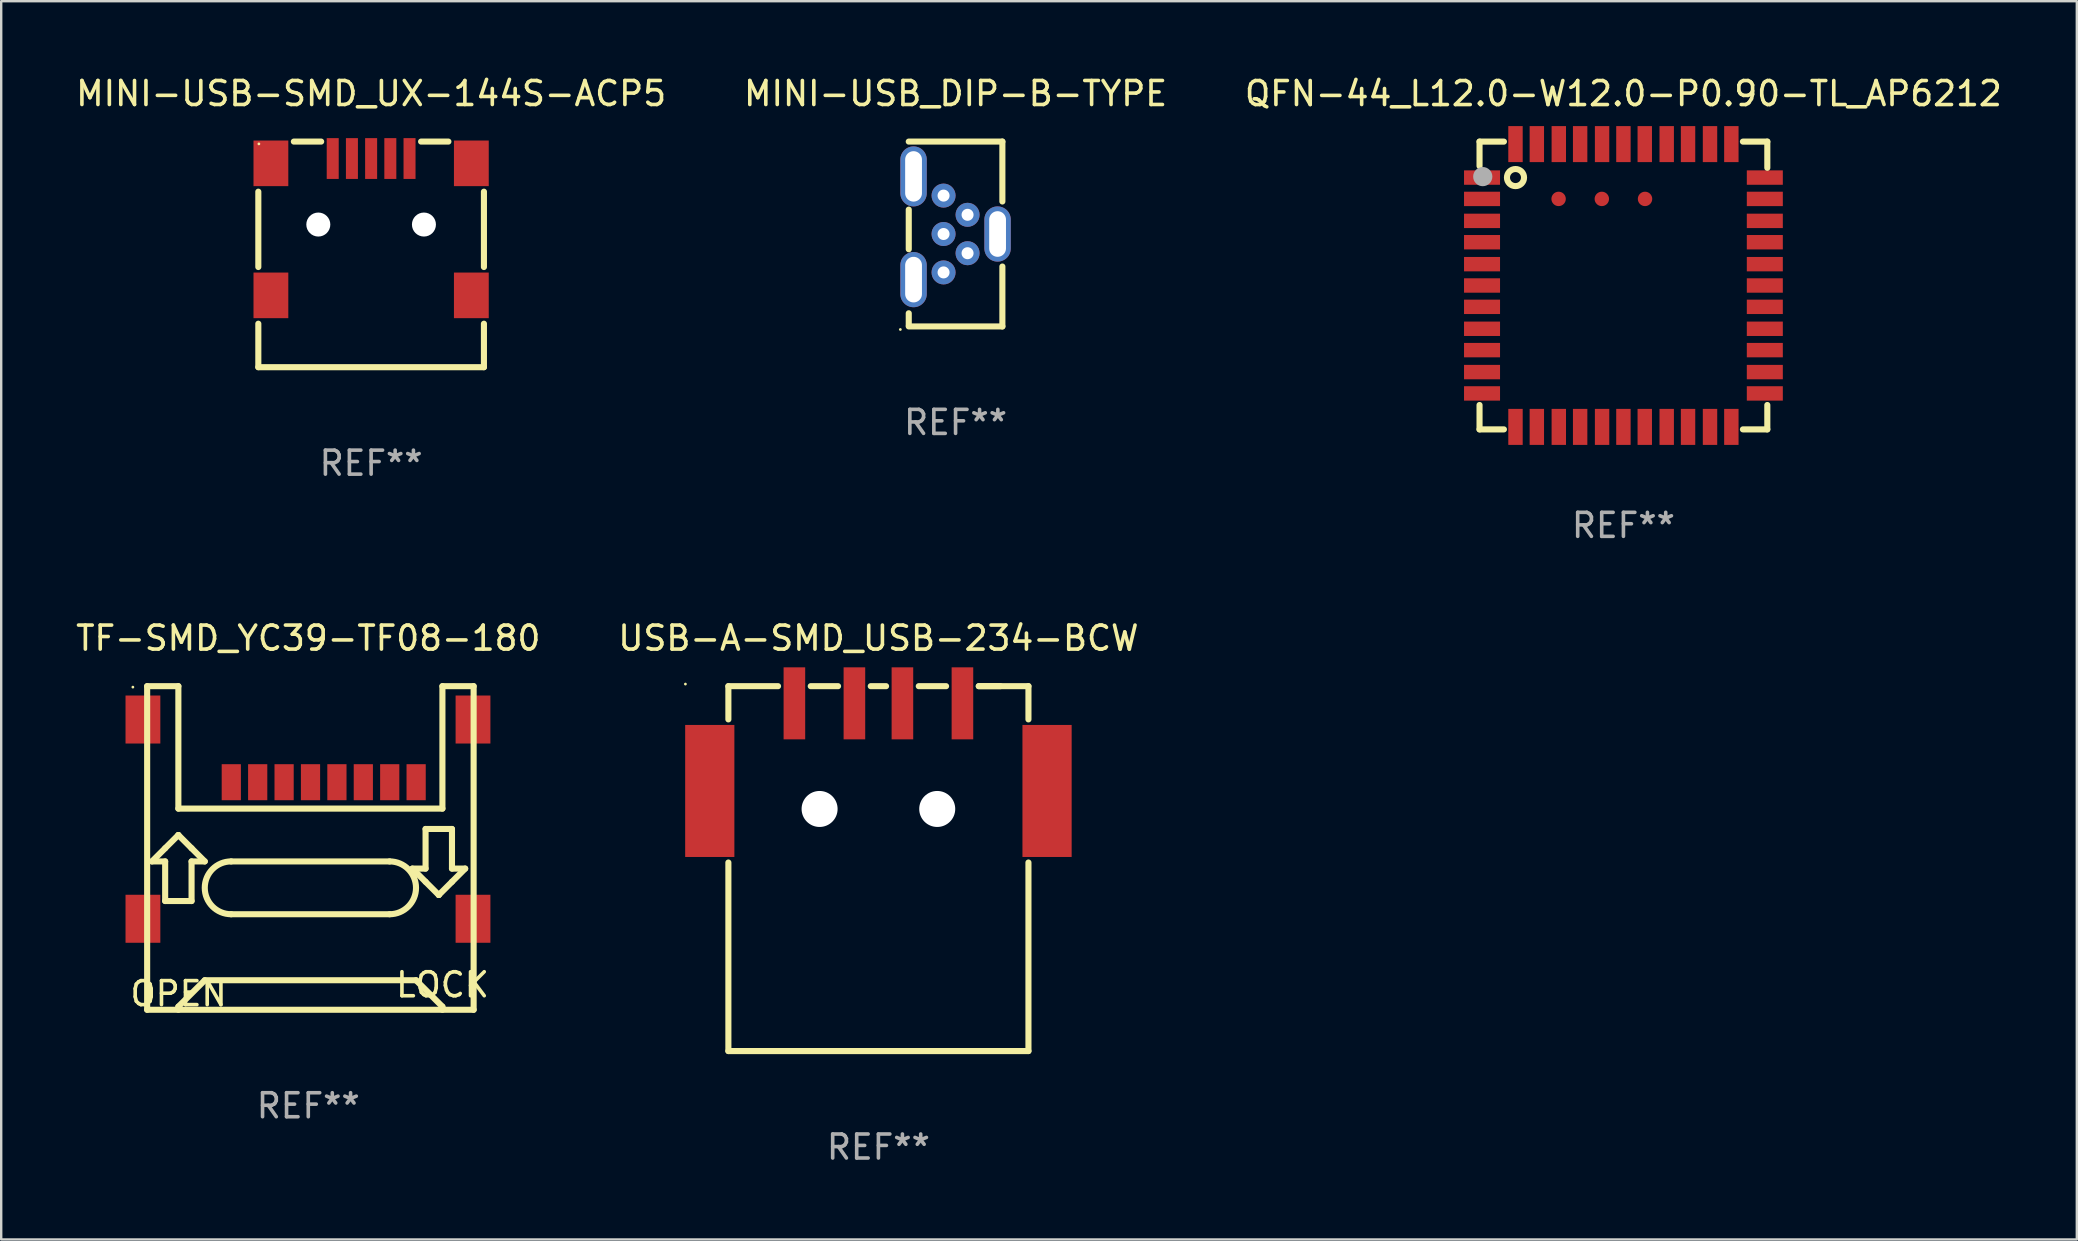
<source format=kicad_pcb>
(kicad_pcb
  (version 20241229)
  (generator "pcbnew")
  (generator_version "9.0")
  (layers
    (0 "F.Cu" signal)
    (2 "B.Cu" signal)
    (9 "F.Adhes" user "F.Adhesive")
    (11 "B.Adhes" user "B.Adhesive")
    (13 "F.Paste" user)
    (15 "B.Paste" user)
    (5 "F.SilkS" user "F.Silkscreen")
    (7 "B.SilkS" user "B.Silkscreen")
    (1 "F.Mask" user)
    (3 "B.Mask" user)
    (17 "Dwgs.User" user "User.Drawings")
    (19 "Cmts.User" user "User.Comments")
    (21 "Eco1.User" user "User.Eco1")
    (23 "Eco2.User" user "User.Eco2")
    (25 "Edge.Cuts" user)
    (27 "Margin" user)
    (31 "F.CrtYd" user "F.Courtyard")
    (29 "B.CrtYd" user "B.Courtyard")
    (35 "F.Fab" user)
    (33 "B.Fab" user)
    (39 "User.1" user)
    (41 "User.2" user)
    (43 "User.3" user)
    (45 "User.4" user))
  (footprint "MINI-USB_DIP-B-TYPE"
    (layer "F.Cu")
    (at 36.756 6.448)
    (property "Reference" "MINI-USB_DIP-B-TYPE" (at -0.000013 -5.6 0) (layer "F.SilkS") (effects (font (size 1 1) (thickness 0.15))))
    (attr through_hole)
    (fp_line (start -1.95 -3.6) (end 1.95 -3.6) (stroke (width 0.254) (type solid)) (layer "F.SilkS"))
    (fp_line (start -1.95 -0.766) (end -1.95 0.885) (stroke (width 0.254) (type solid)) (layer "F.SilkS"))
    (fp_line (start -1.95 4.06) (end -1.95 3.552) (stroke (width 0.254) (type solid)) (layer "F.SilkS"))
    (fp_line (start -1.95 4.1) (end 1.95 4.1) (stroke (width 0.254) (type solid)) (layer "F.SilkS"))
    (fp_line (start 1.95 -3.6) (end 1.95 -1.105) (stroke (width 0.254) (type solid)) (layer "F.SilkS"))
    (fp_line (start 1.95 1.605) (end 1.95 4.1) (stroke (width 0.254) (type solid)) (layer "F.SilkS"))
    (fp_circle (center -2.3 4.227) (end -2.27 4.227) (stroke (width 0.06) (type solid)) (fill no) (layer "F.SilkS"))
    (fp_text user "REF**" (at -0.000013 8.1 0) (layer "F.Fab") (effects (font (size 1 1) (thickness 0.15))))
    (pad "1" thru_hole circle (at -0.5 1.85) (size 1 1) (drill 0.5) (layers "*.Cu" "*.Mask"))
    (pad "2" thru_hole circle (at 0.5 1.05) (size 1 1) (drill 0.5) (layers "*.Cu" "*.Mask"))
    (pad "3" thru_hole circle (at -0.5 0.25) (size 1 1) (drill 0.5) (layers "*.Cu" "*.Mask"))
    (pad "4" thru_hole circle (at 0.5 -0.55) (size 1 1) (drill 0.5) (layers "*.Cu" "*.Mask"))
    (pad "5" thru_hole circle (at -0.5 -1.35) (size 1 1) (drill 0.5) (layers "*.Cu" "*.Mask"))
    (pad "6" thru_hole oval (at -1.75 2.15) (size 1.1 2.3) (drill oval 0.7 1.9) (layers "*.Cu" "*.Mask"))
    (pad "7" thru_hole oval (at -1.75 -2.15) (size 1.1 2.5) (drill oval 0.7 2.1) (layers "*.Cu" "*.Mask"))
    (pad "8" thru_hole oval (at 1.75 0.25) (size 1.1 2.3) (drill oval 0.7 1.9) (layers "*.Cu" "*.Mask")))
  (footprint "TF-SMD_YC39-TF08-180"
    (layer "F.Cu")
    (at 9.779 31.073)
    (property "Reference" "TF-SMD_YC39-TF08-180" (at 0.013 -7.539 0) (layer "F.SilkS") (effects (font (size 1 1) (thickness 0.15))))
    (attr through_hole)
    (fp_line (start -6.699 -5.539) (end -5.399 -5.539) (stroke (width 0.254) (type solid)) (layer "F.SilkS"))
    (fp_line (start -6.699 7.941) (end -6.699 -5.539) (stroke (width 0.254) (type solid)) (layer "F.SilkS"))
    (fp_line (start -6.499 1.761) (end -5.949 1.211) (stroke (width 0.254) (type solid)) (layer "F.SilkS"))
    (fp_line (start -5.949 1.211) (end -5.399 0.661) (stroke (width 0.254) (type solid)) (layer "F.SilkS"))
    (fp_line (start -5.949 1.761) (end -6.499 1.761) (stroke (width 0.254) (type solid)) (layer "F.SilkS"))
    (fp_line (start -5.949 3.411) (end -5.949 1.761) (stroke (width 0.254) (type solid)) (layer "F.SilkS"))
    (fp_line (start -5.399 -5.539) (end -5.399 -0.439) (stroke (width 0.254) (type solid)) (layer "F.SilkS"))
    (fp_line (start -5.399 -0.439) (end 5.601 -0.439) (stroke (width 0.254) (type solid)) (layer "F.SilkS"))
    (fp_line (start -5.399 0.661) (end -5.399 0.661) (stroke (width 0.254) (type solid)) (layer "F.SilkS"))
    (fp_line (start -5.399 0.661) (end -4.849 1.211) (stroke (width 0.254) (type solid)) (layer "F.SilkS"))
    (fp_line (start -5.399 7.811) (end -4.299 6.711) (stroke (width 0.254) (type solid)) (layer "F.SilkS"))
    (fp_line (start -5.399 7.941) (end -5.399 7.811) (stroke (width 0.254) (type solid)) (layer "F.SilkS"))
    (fp_line (start -4.849 1.211) (end -4.299 1.761) (stroke (width 0.254) (type solid)) (layer "F.SilkS"))
    (fp_line (start -4.849 1.761) (end -4.849 3.411) (stroke (width 0.254) (type solid)) (layer "F.SilkS"))
    (fp_line (start -4.849 3.411) (end -5.949 3.411) (stroke (width 0.254) (type solid)) (layer "F.SilkS"))
    (fp_line (start -4.299 1.761) (end -4.849 1.761) (stroke (width 0.254) (type solid)) (layer "F.SilkS"))
    (fp_line (start -4.299 6.711) (end 4.501 6.711) (stroke (width 0.254) (type solid)) (layer "F.SilkS"))
    (fp_line (start -3.199 1.761) (end 3.401 1.761) (stroke (width 0.254) (type solid)) (layer "F.SilkS"))
    (fp_line (start -3.199 3.961) (end 3.401 3.961) (stroke (width 0.254) (type solid)) (layer "F.SilkS"))
    (fp_line (start 4.349 2.06) (end 4.899 2.06) (stroke (width 0.254) (type solid)) (layer "F.SilkS"))
    (fp_line (start 4.501 6.711) (end 5.601 7.811) (stroke (width 0.254) (type solid)) (layer "F.SilkS"))
    (fp_line (start 4.899 0.41) (end 5.999 0.41) (stroke (width 0.254) (type solid)) (layer "F.SilkS"))
    (fp_line (start 4.899 2.06) (end 4.899 0.41) (stroke (width 0.254) (type solid)) (layer "F.SilkS"))
    (fp_line (start 4.899 2.61) (end 4.349 2.06) (stroke (width 0.254) (type solid)) (layer "F.SilkS"))
    (fp_line (start 5.449 3.16) (end 4.899 2.61) (stroke (width 0.254) (type solid)) (layer "F.SilkS"))
    (fp_line (start 5.449 3.16) (end 5.449 3.16) (stroke (width 0.254) (type solid)) (layer "F.SilkS"))
    (fp_line (start 5.601 -0.439) (end 5.601 -5.539) (stroke (width 0.254) (type solid)) (layer "F.SilkS"))
    (fp_line (start 5.601 7.811) (end 5.601 7.941) (stroke (width 0.254) (type solid)) (layer "F.SilkS"))
    (fp_line (start 5.999 0.41) (end 5.999 2.06) (stroke (width 0.254) (type solid)) (layer "F.SilkS"))
    (fp_line (start 5.999 2.06) (end 6.549 2.06) (stroke (width 0.254) (type solid)) (layer "F.SilkS"))
    (fp_line (start 5.999 2.61) (end 5.449 3.16) (stroke (width 0.254) (type solid)) (layer "F.SilkS"))
    (fp_line (start 6.549 2.06) (end 5.999 2.61) (stroke (width 0.254) (type solid)) (layer "F.SilkS"))
    (fp_line (start 6.901 -5.539) (end 5.601 -5.539) (stroke (width 0.254) (type solid)) (layer "F.SilkS"))
    (fp_line (start 6.901 -5.539) (end 6.901 7.941) (stroke (width 0.254) (type solid)) (layer "F.SilkS"))
    (fp_line (start 6.901 7.941) (end -6.699 7.941) (stroke (width 0.254) (type solid)) (layer "F.SilkS"))
    (fp_arc (start -3.198984 3.96096) (mid -4.293774 2.860897) (end -3.198984 1.760834) (stroke (width 0.254001) (type solid)) (layer "F.SilkS"))
    (fp_arc (start 3.400965 1.760808) (mid 4.501041 2.860884) (end 3.400965 3.96096) (stroke (width 0.254001) (type solid)) (layer "F.SilkS"))
    (fp_circle (center -7.294 -5.5) (end -7.264 -5.5) (stroke (width 0.06) (type solid)) (fill no) (layer "F.SilkS"))
    (fp_text user "OPEN" (at -5.388 7.272 0) (layer "F.SilkS") (effects (font (size 1 1) (thickness 0.15))))
    (fp_text user "LOCK" (at 5.605 6.901 0) (layer "F.SilkS") (effects (font (size 1 1) (thickness 0.15))))
    (fp_text user "REF**" (at 0.013 11.941 0) (layer "F.Fab") (effects (font (size 1 1) (thickness 0.15))))
    (pad "1" smd rect (at -3.194 -1.539) (size 0.8 1.5) (layers "F.Cu" "F.Mask" "F.Paste"))
    (pad "2" smd rect (at -2.094 -1.539) (size 0.8 1.5) (layers "F.Cu" "F.Mask" "F.Paste"))
    (pad "3" smd rect (at -0.994 -1.539) (size 0.8 1.5) (layers "F.Cu" "F.Mask" "F.Paste"))
    (pad "4" smd rect (at 0.106 -1.539) (size 0.8 1.5) (layers "F.Cu" "F.Mask" "F.Paste"))
    (pad "5" smd rect (at 1.206 -1.539) (size 0.8 1.5) (layers "F.Cu" "F.Mask" "F.Paste"))
    (pad "6" smd rect (at 2.306 -1.539) (size 0.8 1.5) (layers "F.Cu" "F.Mask" "F.Paste"))
    (pad "7" smd rect (at 3.406 -1.539) (size 0.8 1.5) (layers "F.Cu" "F.Mask" "F.Paste"))
    (pad "8" smd rect (at 4.506 -1.539) (size 0.8 1.5) (layers "F.Cu" "F.Mask" "F.Paste"))
    (pad "9" smd rect (at 6.875 -4.15 270) (size 2 1.45) (layers "F.Cu" "F.Mask" "F.Paste"))
    (pad "10" smd rect (at -6.875 -4.15 270) (size 2 1.45) (layers "F.Cu" "F.Mask" "F.Paste"))
    (pad "11" smd rect (at -6.875 4.15 270) (size 2 1.45) (layers "F.Cu" "F.Mask" "F.Paste"))
    (pad "12" smd rect (at 6.875 4.15 270) (size 2 1.45) (layers "F.Cu" "F.Mask" "F.Paste")))
  (footprint "MINI-USB-SMD_UX-144S-ACP5"
    (layer "F.Cu")
    (at 12.41 6.404)
    (property "Reference" "MINI-USB-SMD_UX-144S-ACP5" (at 0.000254 -5.556 0) (layer "F.SilkS") (effects (font (size 1 1) (thickness 0.15))))
    (attr through_hole)
    (fp_line (start -4.699 1.669) (end -4.699 -1.469) (stroke (width 0.254) (type solid)) (layer "F.SilkS"))
    (fp_line (start -4.699 5.842) (end -4.699 4.031) (stroke (width 0.254) (type solid)) (layer "F.SilkS"))
    (fp_line (start -4.699 5.842) (end 4.699 5.842) (stroke (width 0.254) (type solid)) (layer "F.SilkS"))
    (fp_line (start -2.081 -3.556) (end -3.219 -3.556) (stroke (width 0.254) (type solid)) (layer "F.SilkS"))
    (fp_line (start 3.219 -3.556) (end 2.081 -3.556) (stroke (width 0.254) (type solid)) (layer "F.SilkS"))
    (fp_line (start 4.699 1.669) (end 4.699 -1.469) (stroke (width 0.254) (type solid)) (layer "F.SilkS"))
    (fp_line (start 4.699 5.842) (end 4.699 4.031) (stroke (width 0.254) (type solid)) (layer "F.SilkS"))
    (fp_circle (center -4.675 -3.46) (end -4.645 -3.46) (stroke (width 0.06) (type solid)) (fill no) (layer "F.SilkS"))
    (fp_text user "REF**" (at 0.000254 9.842 0) (layer "F.Fab") (effects (font (size 1 1) (thickness 0.15))))
    (pad "" np_thru_hole circle (at -2.2 -0.1) (size 1 1) (drill 1) (layers "*.Cu" "*.Mask"))
    (pad "" np_thru_hole circle (at 2.2 -0.1) (size 1 1) (drill 1) (layers "*.Cu" "*.Mask"))
    (pad "1" smd rect (at -1.6 -2.85) (size 0.5 1.7) (layers "F.Cu" "F.Mask" "F.Paste"))
    (pad "2" smd rect (at -0.8 -2.85) (size 0.5 1.7) (layers "F.Cu" "F.Mask" "F.Paste"))
    (pad "3" smd rect (at 0 -2.85) (size 0.5 1.7) (layers "F.Cu" "F.Mask" "F.Paste"))
    (pad "4" smd rect (at 0.8 -2.85) (size 0.5 1.7) (layers "F.Cu" "F.Mask" "F.Paste"))
    (pad "5" smd rect (at 1.6 -2.85) (size 0.5 1.7) (layers "F.Cu" "F.Mask" "F.Paste"))
    (pad "6" smd rect (at -4.175 -2.65) (size 1.45 1.9) (layers "F.Cu" "F.Mask" "F.Paste"))
    (pad "7" smd rect (at -4.175 2.85) (size 1.45 1.9) (layers "F.Cu" "F.Mask" "F.Paste"))
    (pad "8" smd rect (at 4.175 2.85) (size 1.45 1.9) (layers "F.Cu" "F.Mask" "F.Paste"))
    (pad "9" smd rect (at 4.175 -2.65) (size 1.45 1.9) (layers "F.Cu" "F.Mask" "F.Paste")))
  (footprint "USB-A-SMD_USB-234-BCW"
    (layer "F.Cu")
    (at 33.542 28.074)
    (property "Reference" "USB-A-SMD_USB-234-BCW" (at 0 -4.54 0) (layer "F.SilkS") (effects (font (size 1 1) (thickness 0.15))))
    (attr smd)
    (fp_line (start -6.25 -2.54) (end -4.181 -2.54) (stroke (width 0.254) (type solid)) (layer "F.SilkS"))
    (fp_line (start -6.25 -1.156) (end -6.25 -2.54) (stroke (width 0.254) (type solid)) (layer "F.SilkS"))
    (fp_line (start -6.25 12.66) (end -6.25 4.806) (stroke (width 0.254) (type solid)) (layer "F.SilkS"))
    (fp_line (start -2.819 -2.54) (end -1.681 -2.54) (stroke (width 0.254) (type solid)) (layer "F.SilkS"))
    (fp_line (start -0.319 -2.54) (end 0.319 -2.54) (stroke (width 0.254) (type solid)) (layer "F.SilkS"))
    (fp_line (start 1.681 -2.54) (end 2.819 -2.54) (stroke (width 0.254) (type solid)) (layer "F.SilkS"))
    (fp_line (start 4.181 -2.54) (end 5.08 -2.54) (stroke (width 0.254) (type solid)) (layer "F.SilkS"))
    (fp_line (start 6.25 -2.54) (end 4.181 -2.54) (stroke (width 0.254) (type solid)) (layer "F.SilkS"))
    (fp_line (start 6.25 -1.156) (end 6.25 -2.54) (stroke (width 0.254) (type solid)) (layer "F.SilkS"))
    (fp_line (start 6.25 12.66) (end -6.25 12.66) (stroke (width 0.254) (type solid)) (layer "F.SilkS"))
    (fp_line (start 6.25 12.66) (end 6.25 4.806) (stroke (width 0.254) (type solid)) (layer "F.SilkS"))
    (fp_circle (center -8.04 -2.628) (end -8.01 -2.628) (stroke (width 0.06) (type solid)) (fill no) (layer "F.SilkS"))
    (fp_circle (center -2.45 2.575) (end -2.15 2.575) (stroke (width 0.6) (type solid)) (fill no) (layer "F.Fab"))
    (fp_circle (center 2.45 2.575) (end 2.75 2.575) (stroke (width 0.6) (type solid)) (fill no) (layer "F.Fab"))
    (fp_text user "REF**" (at 0 16.66 0) (layer "F.Fab") (effects (font (size 1 1) (thickness 0.15))))
    (pad "" np_thru_hole circle (at -2.45 2.575) (size 1.5 1.5) (drill 1.5) (layers "*.Cu" "*.Mask"))
    (pad "" np_thru_hole circle (at 2.45 2.575) (size 1.5 1.5) (drill 1.5) (layers "*.Cu" "*.Mask"))
    (pad "1" smd rect (at -3.5 -1.825) (size 0.9 3) (layers "F.Cu" "F.Mask" "F.Paste"))
    (pad "2" smd rect (at -1 -1.825) (size 0.9 3) (layers "F.Cu" "F.Mask" "F.Paste"))
    (pad "3" smd rect (at 1 -1.825) (size 0.9 3) (layers "F.Cu" "F.Mask" "F.Paste"))
    (pad "4" smd rect (at 3.5 -1.825) (size 0.9 3) (layers "F.Cu" "F.Mask" "F.Paste"))
    (pad "5" smd rect (at -7.025 1.825) (size 2.05 5.5) (layers "F.Cu" "F.Mask" "F.Paste"))
    (pad "6" smd rect (at 7.025 1.825) (size 2.05 5.5) (layers "F.Cu" "F.Mask" "F.Paste")))
  (footprint "QFN-44_L12.0-W12.0-P0.90-TL_AP6212"
    (layer "F.Cu")
    (at 64.577 8.843)
    (property "Reference" "QFN-44_L12.0-W12.0-P0.90-TL_AP6212" (at 0 -7.994 0) (layer "F.SilkS") (effects (font (size 1 1) (thickness 0.15))))
    (attr smd)
    (fp_line (start -5.994 -5.994) (end -4.978 -5.994) (stroke (width 0.254) (type solid)) (layer "F.SilkS"))
    (fp_line (start -5.994 -4.978) (end -5.994 -5.994) (stroke (width 0.254) (type solid)) (layer "F.SilkS"))
    (fp_line (start -5.994 5.994) (end -5.994 4.978) (stroke (width 0.254) (type solid)) (layer "F.SilkS"))
    (fp_line (start -4.978 5.994) (end -5.994 5.994) (stroke (width 0.254) (type solid)) (layer "F.SilkS"))
    (fp_line (start 4.978 -5.994) (end 5.994 -5.994) (stroke (width 0.254) (type solid)) (layer "F.SilkS"))
    (fp_line (start 5.994 -5.994) (end 5.994 -4.902) (stroke (width 0.254) (type solid)) (layer "F.SilkS"))
    (fp_line (start 5.994 4.978) (end 5.994 5.994) (stroke (width 0.254) (type solid)) (layer "F.SilkS"))
    (fp_line (start 5.994 5.994) (end 4.978 5.994) (stroke (width 0.254) (type solid)) (layer "F.SilkS"))
    (fp_circle (center -6 -6) (end -5.97 -6) (stroke (width 0.06) (type solid)) (fill no) (layer "F.SilkS"))
    (fp_circle (center -4.496 -4.496) (end -4.14 -4.496) (stroke (width 0.254) (type solid)) (fill no) (layer "F.SilkS"))
    (fp_circle (center -5.86 -4.536) (end -5.66 -4.536) (stroke (width 0.4) (type solid)) (fill no) (layer "F.Fab"))
    (fp_text user "REF**" (at 0 9.994 0) (layer "F.Fab") (effects (font (size 1 1) (thickness 0.15))))
    (pad "1" smd rect (at -5.89 -4.496) (size 1.5 0.6) (layers "F.Cu" "F.Mask" "F.Paste"))
    (pad "2" smd rect (at -5.89 -3.607) (size 1.5 0.6) (layers "F.Cu" "F.Mask" "F.Paste"))
    (pad "3" smd rect (at -5.89 -2.692) (size 1.5 0.6) (layers "F.Cu" "F.Mask" "F.Paste"))
    (pad "4" smd rect (at -5.89 -1.803) (size 1.5 0.6) (layers "F.Cu" "F.Mask" "F.Paste"))
    (pad "5" smd rect (at -5.89 -0.889) (size 1.5 0.6) (layers "F.Cu" "F.Mask" "F.Paste"))
    (pad "6" smd rect (at -5.89 0) (size 1.5 0.6) (layers "F.Cu" "F.Mask" "F.Paste"))
    (pad "7" smd rect (at -5.89 0.889) (size 1.5 0.6) (layers "F.Cu" "F.Mask" "F.Paste"))
    (pad "8" smd rect (at -5.89 1.803) (size 1.5 0.6) (layers "F.Cu" "F.Mask" "F.Paste"))
    (pad "9" smd rect (at -5.89 2.692) (size 1.5 0.6) (layers "F.Cu" "F.Mask" "F.Paste"))
    (pad "10" smd rect (at -5.89 3.607) (size 1.5 0.6) (layers "F.Cu" "F.Mask" "F.Paste"))
    (pad "11" smd rect (at -5.89 4.496) (size 1.5 0.6) (layers "F.Cu" "F.Mask" "F.Paste"))
    (pad "12" smd rect (at -4.496 5.89 90) (size 1.5 0.6) (layers "F.Cu" "F.Mask" "F.Paste"))
    (pad "13" smd rect (at -3.607 5.89 90) (size 1.5 0.6) (layers "F.Cu" "F.Mask" "F.Paste"))
    (pad "14" smd rect (at -2.692 5.89 90) (size 1.5 0.6) (layers "F.Cu" "F.Mask" "F.Paste"))
    (pad "15" smd rect (at -1.803 5.89 90) (size 1.5 0.6) (layers "F.Cu" "F.Mask" "F.Paste"))
    (pad "16" smd rect (at -0.889 5.89 90) (size 1.5 0.6) (layers "F.Cu" "F.Mask" "F.Paste"))
    (pad "17" smd rect (at 0 5.89 90) (size 1.5 0.6) (layers "F.Cu" "F.Mask" "F.Paste"))
    (pad "18" smd rect (at 0.889 5.89 90) (size 1.5 0.6) (layers "F.Cu" "F.Mask" "F.Paste"))
    (pad "19" smd rect (at 1.803 5.89 90) (size 1.5 0.6) (layers "F.Cu" "F.Mask" "F.Paste"))
    (pad "20" smd rect (at 2.692 5.89 90) (size 1.5 0.6) (layers "F.Cu" "F.Mask" "F.Paste"))
    (pad "21" smd rect (at 3.607 5.89 90) (size 1.5 0.6) (layers "F.Cu" "F.Mask" "F.Paste"))
    (pad "22" smd rect (at 4.496 5.89 90) (size 1.5 0.6) (layers "F.Cu" "F.Mask" "F.Paste"))
    (pad "23" smd rect (at 5.89 4.496 180) (size 1.5 0.6) (layers "F.Cu" "F.Mask" "F.Paste"))
    (pad "24" smd rect (at 5.89 3.607 180) (size 1.5 0.6) (layers "F.Cu" "F.Mask" "F.Paste"))
    (pad "25" smd rect (at 5.89 2.692 180) (size 1.5 0.6) (layers "F.Cu" "F.Mask" "F.Paste"))
    (pad "26" smd rect (at 5.89 1.803 180) (size 1.5 0.6) (layers "F.Cu" "F.Mask" "F.Paste"))
    (pad "27" smd rect (at 5.89 0.889 180) (size 1.5 0.6) (layers "F.Cu" "F.Mask" "F.Paste"))
    (pad "28" smd rect (at 5.89 0 180) (size 1.5 0.6) (layers "F.Cu" "F.Mask" "F.Paste"))
    (pad "29" smd rect (at 5.89 -0.889 180) (size 1.5 0.6) (layers "F.Cu" "F.Mask" "F.Paste"))
    (pad "30" smd rect (at 5.89 -1.803 180) (size 1.5 0.6) (layers "F.Cu" "F.Mask" "F.Paste"))
    (pad "31" smd rect (at 5.89 -2.692 180) (size 1.5 0.6) (layers "F.Cu" "F.Mask" "F.Paste"))
    (pad "32" smd rect (at 5.89 -3.607 180) (size 1.5 0.6) (layers "F.Cu" "F.Mask" "F.Paste"))
    (pad "33" smd rect (at 5.89 -4.496 180) (size 1.5 0.6) (layers "F.Cu" "F.Mask" "F.Paste"))
    (pad "34" smd rect (at 4.496 -5.89 270) (size 1.5 0.6) (layers "F.Cu" "F.Mask" "F.Paste"))
    (pad "35" smd rect (at 3.607 -5.89 270) (size 1.5 0.6) (layers "F.Cu" "F.Mask" "F.Paste"))
    (pad "36" smd rect (at 2.692 -5.89 270) (size 1.5 0.6) (layers "F.Cu" "F.Mask" "F.Paste"))
    (pad "37" smd rect (at 1.803 -5.89 270) (size 1.5 0.6) (layers "F.Cu" "F.Mask" "F.Paste"))
    (pad "38" smd rect (at 0.889 -5.89 270) (size 1.5 0.6) (layers "F.Cu" "F.Mask" "F.Paste"))
    (pad "39" smd rect (at 0 -5.89 270) (size 1.5 0.6) (layers "F.Cu" "F.Mask" "F.Paste"))
    (pad "40" smd rect (at -0.889 -5.89 270) (size 1.5 0.6) (layers "F.Cu" "F.Mask" "F.Paste"))
    (pad "41" smd rect (at -1.803 -5.89 270) (size 1.5 0.6) (layers "F.Cu" "F.Mask" "F.Paste"))
    (pad "42" smd rect (at -2.692 -5.89 270) (size 1.5 0.6) (layers "F.Cu" "F.Mask" "F.Paste"))
    (pad "43" smd rect (at -3.607 -5.89 270) (size 1.5 0.6) (layers "F.Cu" "F.Mask" "F.Paste"))
    (pad "44" smd rect (at -4.496 -5.89 270) (size 1.5 0.6) (layers "F.Cu" "F.Mask" "F.Paste"))
    (pad "45" smd circle (at -2.7 -3.607) (size 0.6 0.6) (layers "F.Cu" "F.Mask" "F.Paste"))
    (pad "46" smd circle (at -0.9 -3.607) (size 0.6 0.6) (layers "F.Cu" "F.Mask" "F.Paste"))
    (pad "47" smd circle (at 0.9 -3.607) (size 0.6 0.6) (layers "F.Cu" "F.Mask" "F.Paste")))
  (gr_rect
    (start -3 -3)
    (end 83.464 48.582)
    (stroke (width 0.1) (type default))
    (fill no)
    (layer "Edge.Cuts")))
</source>
